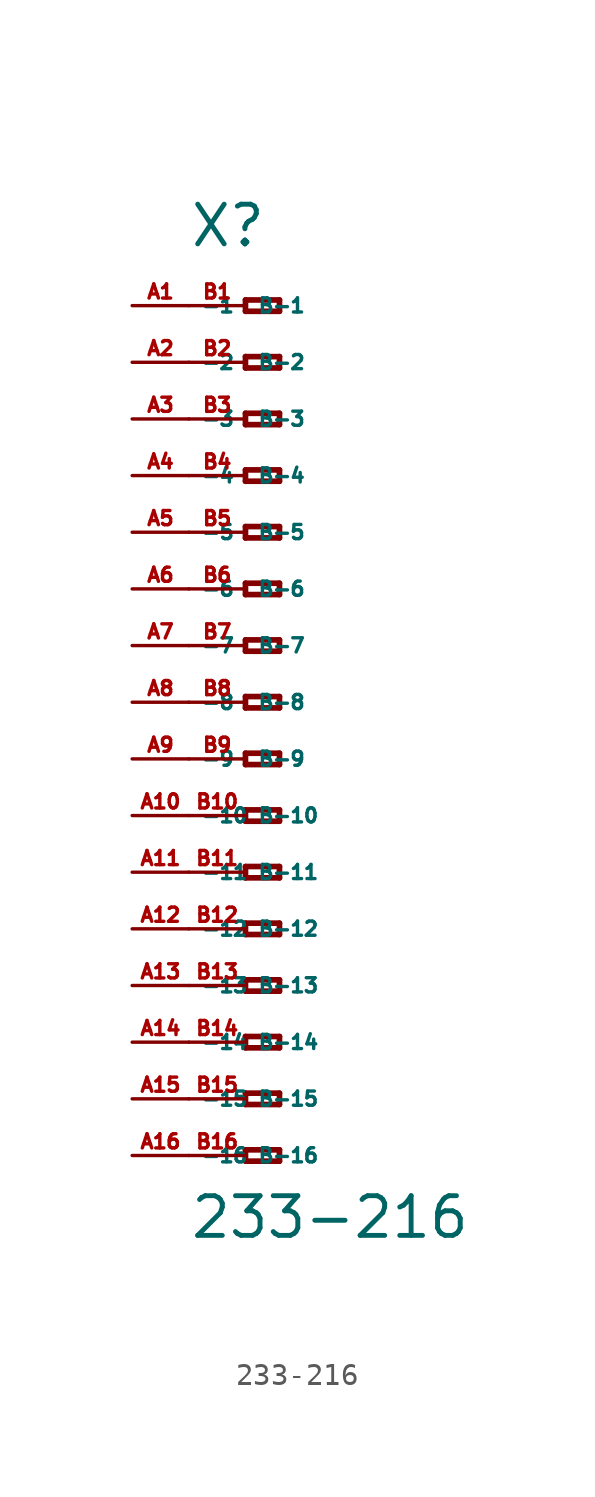
<source format=kicad_sym>
(kicad_symbol_lib
  (version 20220914)
  (generator Eagle2Kicad)
  (symbol "233-216"
    (property "Reference" "X"
      (at -5.08 20.32 0)
      (effects (font (size 1.778 1.778) (thickness 0.22)) (justify left bottom)))
    (property "Value" "233-216"
      (at -5.08 -24.13 0)
      (effects (font (size 1.778 1.778) (thickness 0.22)) (justify left bottom)))
    (polyline
      (pts (xy -2.54 18.034) (xy -2.54 17.526))
      (stroke (width 0.254) (type default))
      (fill (type none)))
    (polyline
      (pts (xy -2.54 17.526) (xy -1.016 17.526))
      (stroke (width 0.254) (type default))
      (fill (type none)))
    (polyline
      (pts (xy -1.016 17.526) (xy -1.016 18.034))
      (stroke (width 0.254) (type default))
      (fill (type none)))
    (polyline
      (pts (xy -1.016 18.034) (xy -2.54 18.034))
      (stroke (width 0.254) (type default))
      (fill (type none)))
    (polyline
      (pts (xy -2.54 15.494) (xy -2.54 14.986))
      (stroke (width 0.254) (type default))
      (fill (type none)))
    (polyline
      (pts (xy -2.54 14.986) (xy -1.016 14.986))
      (stroke (width 0.254) (type default))
      (fill (type none)))
    (polyline
      (pts (xy -1.016 14.986) (xy -1.016 15.494))
      (stroke (width 0.254) (type default))
      (fill (type none)))
    (polyline
      (pts (xy -1.016 15.494) (xy -2.54 15.494))
      (stroke (width 0.254) (type default))
      (fill (type none)))
    (polyline
      (pts (xy -2.54 12.954) (xy -2.54 12.446))
      (stroke (width 0.254) (type default))
      (fill (type none)))
    (polyline
      (pts (xy -2.54 12.446) (xy -1.016 12.446))
      (stroke (width 0.254) (type default))
      (fill (type none)))
    (polyline
      (pts (xy -1.016 12.446) (xy -1.016 12.954))
      (stroke (width 0.254) (type default))
      (fill (type none)))
    (polyline
      (pts (xy -1.016 12.954) (xy -2.54 12.954))
      (stroke (width 0.254) (type default))
      (fill (type none)))
    (polyline
      (pts (xy -2.54 10.414) (xy -2.54 9.906))
      (stroke (width 0.254) (type default))
      (fill (type none)))
    (polyline
      (pts (xy -2.54 9.906) (xy -1.016 9.906))
      (stroke (width 0.254) (type default))
      (fill (type none)))
    (polyline
      (pts (xy -1.016 9.906) (xy -1.016 10.414))
      (stroke (width 0.254) (type default))
      (fill (type none)))
    (polyline
      (pts (xy -1.016 10.414) (xy -2.54 10.414))
      (stroke (width 0.254) (type default))
      (fill (type none)))
    (polyline
      (pts (xy -2.54 7.874) (xy -2.54 7.366))
      (stroke (width 0.254) (type default))
      (fill (type none)))
    (polyline
      (pts (xy -2.54 7.366) (xy -1.016 7.366))
      (stroke (width 0.254) (type default))
      (fill (type none)))
    (polyline
      (pts (xy -1.016 7.366) (xy -1.016 7.874))
      (stroke (width 0.254) (type default))
      (fill (type none)))
    (polyline
      (pts (xy -1.016 7.874) (xy -2.54 7.874))
      (stroke (width 0.254) (type default))
      (fill (type none)))
    (polyline
      (pts (xy -2.54 5.334) (xy -2.54 4.826))
      (stroke (width 0.254) (type default))
      (fill (type none)))
    (polyline
      (pts (xy -2.54 4.826) (xy -1.016 4.826))
      (stroke (width 0.254) (type default))
      (fill (type none)))
    (polyline
      (pts (xy -1.016 4.826) (xy -1.016 5.334))
      (stroke (width 0.254) (type default))
      (fill (type none)))
    (polyline
      (pts (xy -1.016 5.334) (xy -2.54 5.334))
      (stroke (width 0.254) (type default))
      (fill (type none)))
    (polyline
      (pts (xy -2.54 2.794) (xy -2.54 2.286))
      (stroke (width 0.254) (type default))
      (fill (type none)))
    (polyline
      (pts (xy -2.54 2.286) (xy -1.016 2.286))
      (stroke (width 0.254) (type default))
      (fill (type none)))
    (polyline
      (pts (xy -1.016 2.286) (xy -1.016 2.794))
      (stroke (width 0.254) (type default))
      (fill (type none)))
    (polyline
      (pts (xy -1.016 2.794) (xy -2.54 2.794))
      (stroke (width 0.254) (type default))
      (fill (type none)))
    (polyline
      (pts (xy -2.54 0.254) (xy -2.54 -0.254))
      (stroke (width 0.254) (type default))
      (fill (type none)))
    (polyline
      (pts (xy -2.54 -0.254) (xy -1.016 -0.254))
      (stroke (width 0.254) (type default))
      (fill (type none)))
    (polyline
      (pts (xy -1.016 -0.254) (xy -1.016 0.254))
      (stroke (width 0.254) (type default))
      (fill (type none)))
    (polyline
      (pts (xy -1.016 0.254) (xy -2.54 0.254))
      (stroke (width 0.254) (type default))
      (fill (type none)))
    (polyline
      (pts (xy -2.54 -2.286) (xy -2.54 -2.794))
      (stroke (width 0.254) (type default))
      (fill (type none)))
    (polyline
      (pts (xy -2.54 -2.794) (xy -1.016 -2.794))
      (stroke (width 0.254) (type default))
      (fill (type none)))
    (polyline
      (pts (xy -1.016 -2.794) (xy -1.016 -2.286))
      (stroke (width 0.254) (type default))
      (fill (type none)))
    (polyline
      (pts (xy -1.016 -2.286) (xy -2.54 -2.286))
      (stroke (width 0.254) (type default))
      (fill (type none)))
    (polyline
      (pts (xy -2.54 -4.826) (xy -2.54 -5.334))
      (stroke (width 0.254) (type default))
      (fill (type none)))
    (polyline
      (pts (xy -2.54 -5.334) (xy -1.016 -5.334))
      (stroke (width 0.254) (type default))
      (fill (type none)))
    (polyline
      (pts (xy -1.016 -5.334) (xy -1.016 -4.826))
      (stroke (width 0.254) (type default))
      (fill (type none)))
    (polyline
      (pts (xy -1.016 -4.826) (xy -2.54 -4.826))
      (stroke (width 0.254) (type default))
      (fill (type none)))
    (polyline
      (pts (xy -2.54 -7.366) (xy -2.54 -7.874))
      (stroke (width 0.254) (type default))
      (fill (type none)))
    (polyline
      (pts (xy -2.54 -7.874) (xy -1.016 -7.874))
      (stroke (width 0.254) (type default))
      (fill (type none)))
    (polyline
      (pts (xy -1.016 -7.874) (xy -1.016 -7.366))
      (stroke (width 0.254) (type default))
      (fill (type none)))
    (polyline
      (pts (xy -1.016 -7.366) (xy -2.54 -7.366))
      (stroke (width 0.254) (type default))
      (fill (type none)))
    (polyline
      (pts (xy -2.54 -9.906) (xy -2.54 -10.414))
      (stroke (width 0.254) (type default))
      (fill (type none)))
    (polyline
      (pts (xy -2.54 -10.414) (xy -1.016 -10.414))
      (stroke (width 0.254) (type default))
      (fill (type none)))
    (polyline
      (pts (xy -1.016 -10.414) (xy -1.016 -9.906))
      (stroke (width 0.254) (type default))
      (fill (type none)))
    (polyline
      (pts (xy -1.016 -9.906) (xy -2.54 -9.906))
      (stroke (width 0.254) (type default))
      (fill (type none)))
    (polyline
      (pts (xy -2.54 -12.446) (xy -2.54 -12.954))
      (stroke (width 0.254) (type default))
      (fill (type none)))
    (polyline
      (pts (xy -2.54 -12.954) (xy -1.016 -12.954))
      (stroke (width 0.254) (type default))
      (fill (type none)))
    (polyline
      (pts (xy -1.016 -12.954) (xy -1.016 -12.446))
      (stroke (width 0.254) (type default))
      (fill (type none)))
    (polyline
      (pts (xy -1.016 -12.446) (xy -2.54 -12.446))
      (stroke (width 0.254) (type default))
      (fill (type none)))
    (polyline
      (pts (xy -2.54 -14.986) (xy -2.54 -15.494))
      (stroke (width 0.254) (type default))
      (fill (type none)))
    (polyline
      (pts (xy -2.54 -15.494) (xy -1.016 -15.494))
      (stroke (width 0.254) (type default))
      (fill (type none)))
    (polyline
      (pts (xy -1.016 -15.494) (xy -1.016 -14.986))
      (stroke (width 0.254) (type default))
      (fill (type none)))
    (polyline
      (pts (xy -1.016 -14.986) (xy -2.54 -14.986))
      (stroke (width 0.254) (type default))
      (fill (type none)))
    (polyline
      (pts (xy -2.54 -17.526) (xy -2.54 -18.034))
      (stroke (width 0.254) (type default))
      (fill (type none)))
    (polyline
      (pts (xy -2.54 -18.034) (xy -1.016 -18.034))
      (stroke (width 0.254) (type default))
      (fill (type none)))
    (polyline
      (pts (xy -1.016 -18.034) (xy -1.016 -17.526))
      (stroke (width 0.254) (type default))
      (fill (type none)))
    (polyline
      (pts (xy -1.016 -17.526) (xy -2.54 -17.526))
      (stroke (width 0.254) (type default))
      (fill (type none)))
    (polyline
      (pts (xy -2.54 -20.066) (xy -2.54 -20.574))
      (stroke (width 0.254) (type default))
      (fill (type none)))
    (polyline
      (pts (xy -2.54 -20.574) (xy -1.016 -20.574))
      (stroke (width 0.254) (type default))
      (fill (type none)))
    (polyline
      (pts (xy -1.016 -20.574) (xy -1.016 -20.066))
      (stroke (width 0.254) (type default))
      (fill (type none)))
    (polyline
      (pts (xy -1.016 -20.066) (xy -2.54 -20.066))
      (stroke (width 0.254) (type default))
      (fill (type none)))
    (pin passive line
      (at -7.62 17.78 0)
      (length 2.54)
      (name "-1" (effects (font (size 0.635 0.635) (thickness 0.08)) (justify left bottom)))
      (number "A1" (effects (font (size 0.635 0.635) (thickness 0.08)) (justify left bottom))))
    (pin passive line
      (at -7.62 15.24 0)
      (length 2.54)
      (name "-2" (effects (font (size 0.635 0.635) (thickness 0.08)) (justify left bottom)))
      (number "A2" (effects (font (size 0.635 0.635) (thickness 0.08)) (justify left bottom))))
    (pin passive line
      (at -7.62 12.7 0)
      (length 2.54)
      (name "-3" (effects (font (size 0.635 0.635) (thickness 0.08)) (justify left bottom)))
      (number "A3" (effects (font (size 0.635 0.635) (thickness 0.08)) (justify left bottom))))
    (pin passive line
      (at -7.62 10.16 0)
      (length 2.54)
      (name "-4" (effects (font (size 0.635 0.635) (thickness 0.08)) (justify left bottom)))
      (number "A4" (effects (font (size 0.635 0.635) (thickness 0.08)) (justify left bottom))))
    (pin passive line
      (at -7.62 7.62 0)
      (length 2.54)
      (name "-5" (effects (font (size 0.635 0.635) (thickness 0.08)) (justify left bottom)))
      (number "A5" (effects (font (size 0.635 0.635) (thickness 0.08)) (justify left bottom))))
    (pin passive line
      (at -7.62 5.08 0)
      (length 2.54)
      (name "-6" (effects (font (size 0.635 0.635) (thickness 0.08)) (justify left bottom)))
      (number "A6" (effects (font (size 0.635 0.635) (thickness 0.08)) (justify left bottom))))
    (pin passive line
      (at -7.62 2.54 0)
      (length 2.54)
      (name "-7" (effects (font (size 0.635 0.635) (thickness 0.08)) (justify left bottom)))
      (number "A7" (effects (font (size 0.635 0.635) (thickness 0.08)) (justify left bottom))))
    (pin passive line
      (at -7.62 0 0)
      (length 2.54)
      (name "-8" (effects (font (size 0.635 0.635) (thickness 0.08)) (justify left bottom)))
      (number "A8" (effects (font (size 0.635 0.635) (thickness 0.08)) (justify left bottom))))
    (pin passive line
      (at -7.62 -2.54 0)
      (length 2.54)
      (name "-9" (effects (font (size 0.635 0.635) (thickness 0.08)) (justify left bottom)))
      (number "A9" (effects (font (size 0.635 0.635) (thickness 0.08)) (justify left bottom))))
    (pin passive line
      (at -7.62 -5.08 0)
      (length 2.54)
      (name "-10" (effects (font (size 0.635 0.635) (thickness 0.08)) (justify left bottom)))
      (number "A10" (effects (font (size 0.635 0.635) (thickness 0.08)) (justify left bottom))))
    (pin passive line
      (at -7.62 -7.62 0)
      (length 2.54)
      (name "-11" (effects (font (size 0.635 0.635) (thickness 0.08)) (justify left bottom)))
      (number "A11" (effects (font (size 0.635 0.635) (thickness 0.08)) (justify left bottom))))
    (pin passive line
      (at -7.62 -10.16 0)
      (length 2.54)
      (name "-12" (effects (font (size 0.635 0.635) (thickness 0.08)) (justify left bottom)))
      (number "A12" (effects (font (size 0.635 0.635) (thickness 0.08)) (justify left bottom))))
    (pin passive line
      (at -7.62 -12.7 0)
      (length 2.54)
      (name "-13" (effects (font (size 0.635 0.635) (thickness 0.08)) (justify left bottom)))
      (number "A13" (effects (font (size 0.635 0.635) (thickness 0.08)) (justify left bottom))))
    (pin passive line
      (at -7.62 -15.24 0)
      (length 2.54)
      (name "-14" (effects (font (size 0.635 0.635) (thickness 0.08)) (justify left bottom)))
      (number "A14" (effects (font (size 0.635 0.635) (thickness 0.08)) (justify left bottom))))
    (pin passive line
      (at -7.62 -17.78 0)
      (length 2.54)
      (name "-15" (effects (font (size 0.635 0.635) (thickness 0.08)) (justify left bottom)))
      (number "A15" (effects (font (size 0.635 0.635) (thickness 0.08)) (justify left bottom))))
    (pin passive line
      (at -7.62 -20.32 0)
      (length 2.54)
      (name "-16" (effects (font (size 0.635 0.635) (thickness 0.08)) (justify left bottom)))
      (number "A16" (effects (font (size 0.635 0.635) (thickness 0.08)) (justify left bottom))))
    (pin passive line
      (at -5.08 -20.32 0)
      (length 2.54)
      (name "B-16" (effects (font (size 0.635 0.635) (thickness 0.08)) (justify left bottom)))
      (number "B16" (effects (font (size 0.635 0.635) (thickness 0.08)) (justify left bottom))))
    (pin passive line
      (at -5.08 17.78 0)
      (length 2.54)
      (name "B-1" (effects (font (size 0.635 0.635) (thickness 0.08)) (justify left bottom)))
      (number "B1" (effects (font (size 0.635 0.635) (thickness 0.08)) (justify left bottom))))
    (pin passive line
      (at -5.08 15.24 0)
      (length 2.54)
      (name "B-2" (effects (font (size 0.635 0.635) (thickness 0.08)) (justify left bottom)))
      (number "B2" (effects (font (size 0.635 0.635) (thickness 0.08)) (justify left bottom))))
    (pin passive line
      (at -5.08 12.7 0)
      (length 2.54)
      (name "B-3" (effects (font (size 0.635 0.635) (thickness 0.08)) (justify left bottom)))
      (number "B3" (effects (font (size 0.635 0.635) (thickness 0.08)) (justify left bottom))))
    (pin passive line
      (at -5.08 10.16 0)
      (length 2.54)
      (name "B-4" (effects (font (size 0.635 0.635) (thickness 0.08)) (justify left bottom)))
      (number "B4" (effects (font (size 0.635 0.635) (thickness 0.08)) (justify left bottom))))
    (pin passive line
      (at -5.08 7.62 0)
      (length 2.54)
      (name "B-5" (effects (font (size 0.635 0.635) (thickness 0.08)) (justify left bottom)))
      (number "B5" (effects (font (size 0.635 0.635) (thickness 0.08)) (justify left bottom))))
    (pin passive line
      (at -5.08 5.08 0)
      (length 2.54)
      (name "B-6" (effects (font (size 0.635 0.635) (thickness 0.08)) (justify left bottom)))
      (number "B6" (effects (font (size 0.635 0.635) (thickness 0.08)) (justify left bottom))))
    (pin passive line
      (at -5.08 2.54 0)
      (length 2.54)
      (name "B-7" (effects (font (size 0.635 0.635) (thickness 0.08)) (justify left bottom)))
      (number "B7" (effects (font (size 0.635 0.635) (thickness 0.08)) (justify left bottom))))
    (pin passive line
      (at -5.08 0 0)
      (length 2.54)
      (name "B-8" (effects (font (size 0.635 0.635) (thickness 0.08)) (justify left bottom)))
      (number "B8" (effects (font (size 0.635 0.635) (thickness 0.08)) (justify left bottom))))
    (pin passive line
      (at -5.08 -2.54 0)
      (length 2.54)
      (name "B-9" (effects (font (size 0.635 0.635) (thickness 0.08)) (justify left bottom)))
      (number "B9" (effects (font (size 0.635 0.635) (thickness 0.08)) (justify left bottom))))
    (pin passive line
      (at -5.08 -5.08 0)
      (length 2.54)
      (name "B-10" (effects (font (size 0.635 0.635) (thickness 0.08)) (justify left bottom)))
      (number "B10" (effects (font (size 0.635 0.635) (thickness 0.08)) (justify left bottom))))
    (pin passive line
      (at -5.08 -7.62 0)
      (length 2.54)
      (name "B-11" (effects (font (size 0.635 0.635) (thickness 0.08)) (justify left bottom)))
      (number "B11" (effects (font (size 0.635 0.635) (thickness 0.08)) (justify left bottom))))
    (pin passive line
      (at -5.08 -10.16 0)
      (length 2.54)
      (name "B-12" (effects (font (size 0.635 0.635) (thickness 0.08)) (justify left bottom)))
      (number "B12" (effects (font (size 0.635 0.635) (thickness 0.08)) (justify left bottom))))
    (pin passive line
      (at -5.08 -12.7 0)
      (length 2.54)
      (name "B-13" (effects (font (size 0.635 0.635) (thickness 0.08)) (justify left bottom)))
      (number "B13" (effects (font (size 0.635 0.635) (thickness 0.08)) (justify left bottom))))
    (pin passive line
      (at -5.08 -15.24 0)
      (length 2.54)
      (name "B-14" (effects (font (size 0.635 0.635) (thickness 0.08)) (justify left bottom)))
      (number "B14" (effects (font (size 0.635 0.635) (thickness 0.08)) (justify left bottom))))
    (pin passive line
      (at -5.08 -17.78 0)
      (length 2.54)
      (name "B-15" (effects (font (size 0.635 0.635) (thickness 0.08)) (justify left bottom)))
      (number "B15" (effects (font (size 0.635 0.635) (thickness 0.08)) (justify left bottom))))))
</source>
